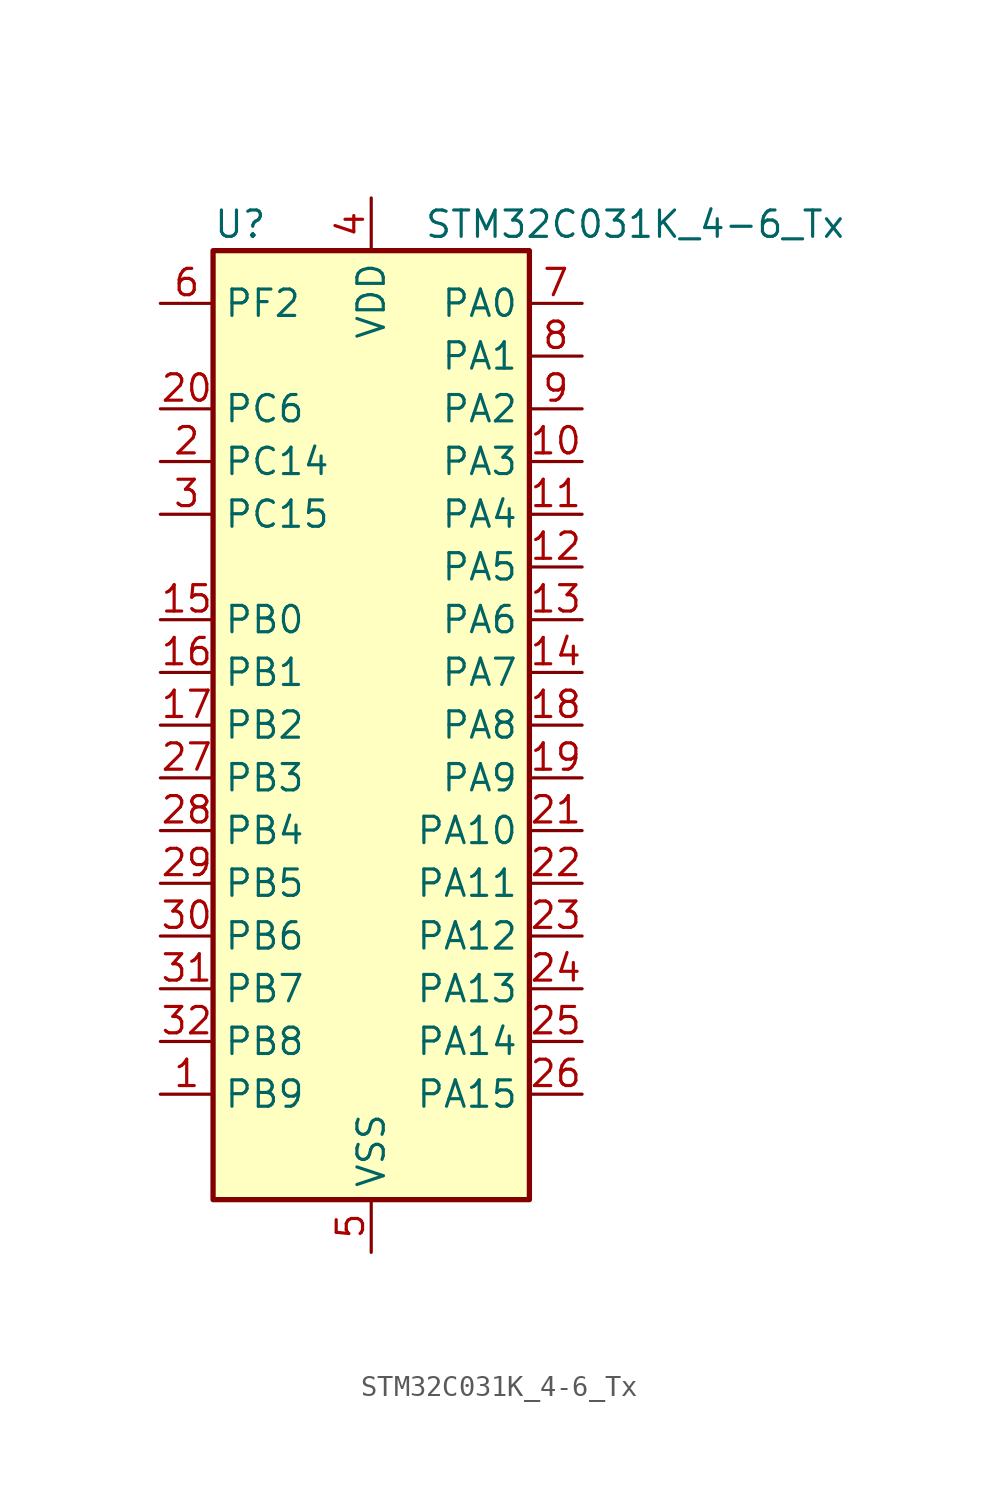
<source format=kicad_sym>
(kicad_symbol_lib
  (version 20231120)
  (generator "kicad_symbol_editor")
  (generator_version "8.0")
  (symbol "STM32C031K_4-6_Tx"
    (property "Reference" "U"
      (at -7.62 24.13 0)
      (effects (font (size 1.27 1.27)) (justify left)))
    (property "Value" "STM32C031K_4-6_Tx"
      (at 2.54 24.13 0)
      (effects (font (size 1.27 1.27)) (justify left)))
    (property "ki_locked" ""
      (at 0 0 0)
      (effects (font (size 1.27 1.27))))
    (symbol "STM32C031K_4-6_Tx_0_1"
      (rectangle (start -7.62 -22.86) (end 7.62 22.86) (stroke (width 0.254) (type default)) (fill (type background))))
    (symbol "STM32C031K_4-6_Tx_1_1"
      (pin bidirectional line (at -10.16 -17.78 0) (length 2.54) (name "PB9" (effects (font (size 1.27 1.27)))) (number "1" (effects (font (size 1.27 1.27)))) (alternate "I2C1_SDA" bidirectional line) (alternate "IR_OUT" bidirectional line) (alternate "TIM17_CH1" bidirectional line) (alternate "TIM3_CH2" bidirectional line) (alternate "USART2_CK" bidirectional line) (alternate "USART2_DE" bidirectional line) (alternate "USART2_RTS" bidirectional line))
      (pin bidirectional line (at 10.16 12.7 180) (length 2.54) (name "PA3" (effects (font (size 1.27 1.27)))) (number "10" (effects (font (size 1.27 1.27)))) (alternate "ADC1_IN3" bidirectional line) (alternate "TIM1_CH1N" bidirectional line) (alternate "TIM1_CH4" bidirectional line) (alternate "USART2_RX" bidirectional line))
      (pin bidirectional line (at 10.16 10.16 180) (length 2.54) (name "PA4" (effects (font (size 1.27 1.27)))) (number "11" (effects (font (size 1.27 1.27)))) (alternate "ADC1_IN4" bidirectional line) (alternate "I2S1_WS" bidirectional line) (alternate "PWR_WKUP2" bidirectional line) (alternate "RTC_OUT1" bidirectional line) (alternate "RTC_TS" bidirectional line) (alternate "SPI1_NSS" bidirectional line) (alternate "TIM14_CH1" bidirectional line) (alternate "TIM17_CH1N" bidirectional line) (alternate "TIM1_CH2N" bidirectional line) (alternate "USART2_TX" bidirectional line))
      (pin bidirectional line (at 10.16 7.62 180) (length 2.54) (name "PA5" (effects (font (size 1.27 1.27)))) (number "12" (effects (font (size 1.27 1.27)))) (alternate "ADC1_IN5" bidirectional line) (alternate "I2S1_CK" bidirectional line) (alternate "SPI1_SCK" bidirectional line) (alternate "TIM1_CH1" bidirectional line) (alternate "TIM1_CH3N" bidirectional line) (alternate "USART2_RX" bidirectional line))
      (pin bidirectional line (at 10.16 5.08 180) (length 2.54) (name "PA6" (effects (font (size 1.27 1.27)))) (number "13" (effects (font (size 1.27 1.27)))) (alternate "ADC1_IN6" bidirectional line) (alternate "I2S1_MCK" bidirectional line) (alternate "SPI1_MISO" bidirectional line) (alternate "TIM16_CH1" bidirectional line) (alternate "TIM1_BKIN" bidirectional line) (alternate "TIM3_CH1" bidirectional line))
      (pin bidirectional line (at 10.16 2.54 180) (length 2.54) (name "PA7" (effects (font (size 1.27 1.27)))) (number "14" (effects (font (size 1.27 1.27)))) (alternate "ADC1_IN7" bidirectional line) (alternate "I2S1_SD" bidirectional line) (alternate "SPI1_MOSI" bidirectional line) (alternate "TIM14_CH1" bidirectional line) (alternate "TIM17_CH1" bidirectional line) (alternate "TIM1_CH1N" bidirectional line) (alternate "TIM3_CH2" bidirectional line))
      (pin bidirectional line (at -10.16 5.08 0) (length 2.54) (name "PB0" (effects (font (size 1.27 1.27)))) (number "15" (effects (font (size 1.27 1.27)))) (alternate "ADC1_IN17" bidirectional line) (alternate "I2S1_WS" bidirectional line) (alternate "SPI1_NSS" bidirectional line) (alternate "TIM1_CH2N" bidirectional line) (alternate "TIM3_CH3" bidirectional line))
      (pin bidirectional line (at -10.16 2.54 0) (length 2.54) (name "PB1" (effects (font (size 1.27 1.27)))) (number "16" (effects (font (size 1.27 1.27)))) (alternate "ADC1_IN18" bidirectional line) (alternate "TIM14_CH1" bidirectional line) (alternate "TIM1_CH2N" bidirectional line) (alternate "TIM1_CH3N" bidirectional line) (alternate "TIM3_CH4" bidirectional line))
      (pin bidirectional line (at -10.16 0 0) (length 2.54) (name "PB2" (effects (font (size 1.27 1.27)))) (number "17" (effects (font (size 1.27 1.27)))) (alternate "ADC1_IN19" bidirectional line) (alternate "RCC_MCO_2" bidirectional line) (alternate "USART1_RX" bidirectional line))
      (pin bidirectional line (at 10.16 0 180) (length 2.54) (name "PA8" (effects (font (size 1.27 1.27)))) (number "18" (effects (font (size 1.27 1.27)))) (alternate "ADC1_IN8" bidirectional line) (alternate "I2S1_WS" bidirectional line) (alternate "RCC_MCO" bidirectional line) (alternate "RCC_MCO_2" bidirectional line) (alternate "SPI1_NSS" bidirectional line) (alternate "TIM14_CH1" bidirectional line) (alternate "TIM1_CH1" bidirectional line) (alternate "TIM1_CH2N" bidirectional line) (alternate "TIM1_CH3N" bidirectional line) (alternate "TIM3_CH3" bidirectional line) (alternate "TIM3_CH4" bidirectional line) (alternate "USART1_RX" bidirectional line) (alternate "USART2_TX" bidirectional line))
      (pin bidirectional line (at 10.16 -2.54 180) (length 2.54) (name "PA9" (effects (font (size 1.27 1.27)))) (number "19" (effects (font (size 1.27 1.27)))) (alternate "I2C1_SCL" bidirectional line) (alternate "RCC_MCO" bidirectional line) (alternate "TIM1_CH2" bidirectional line) (alternate "TIM3_ETR" bidirectional line) (alternate "USART1_TX" bidirectional line))
      (pin bidirectional line (at -10.16 12.7 0) (length 2.54) (name "PC14" (effects (font (size 1.27 1.27)))) (number "2" (effects (font (size 1.27 1.27)))) (alternate "I2C1_SDA" bidirectional line) (alternate "IR_OUT" bidirectional line) (alternate "RCC_OSCX_IN" bidirectional line) (alternate "TIM17_CH1" bidirectional line) (alternate "TIM1_BKIN2" bidirectional line) (alternate "TIM1_ETR" bidirectional line) (alternate "TIM3_CH2" bidirectional line) (alternate "USART1_TX" bidirectional line) (alternate "USART2_CK" bidirectional line) (alternate "USART2_DE" bidirectional line) (alternate "USART2_RTS" bidirectional line))
      (pin bidirectional line (at -10.16 15.24 0) (length 2.54) (name "PC6" (effects (font (size 1.27 1.27)))) (number "20" (effects (font (size 1.27 1.27)))) (alternate "TIM3_CH1" bidirectional line))
      (pin bidirectional line (at 10.16 -5.08 180) (length 2.54) (name "PA10" (effects (font (size 1.27 1.27)))) (number "21" (effects (font (size 1.27 1.27)))) (alternate "I2C1_SDA" bidirectional line) (alternate "RCC_MCO_2" bidirectional line) (alternate "TIM17_BKIN" bidirectional line) (alternate "TIM1_CH3" bidirectional line) (alternate "USART1_RX" bidirectional line))
      (pin bidirectional line (at 10.16 -7.62 180) (length 2.54) (name "PA11" (effects (font (size 1.27 1.27)))) (number "22" (effects (font (size 1.27 1.27)))) (alternate "ADC1_EXTI11" bidirectional line) (alternate "ADC1_IN11" bidirectional line) (alternate "I2S1_MCK" bidirectional line) (alternate "SPI1_MISO" bidirectional line) (alternate "TIM1_BKIN2" bidirectional line) (alternate "TIM1_CH4" bidirectional line) (alternate "USART1_CTS" bidirectional line) (alternate "USART1_NSS" bidirectional line))
      (pin bidirectional line (at 10.16 -10.16 180) (length 2.54) (name "PA12" (effects (font (size 1.27 1.27)))) (number "23" (effects (font (size 1.27 1.27)))) (alternate "ADC1_IN12" bidirectional line) (alternate "I2S1_SD" bidirectional line) (alternate "I2S_CKIN" bidirectional line) (alternate "SPI1_MOSI" bidirectional line) (alternate "TIM1_ETR" bidirectional line) (alternate "USART1_CK" bidirectional line) (alternate "USART1_DE" bidirectional line) (alternate "USART1_RTS" bidirectional line))
      (pin bidirectional line (at 10.16 -12.7 180) (length 2.54) (name "PA13" (effects (font (size 1.27 1.27)))) (number "24" (effects (font (size 1.27 1.27)))) (alternate "ADC1_IN13" bidirectional line) (alternate "DEBUG_SWDIO" bidirectional line) (alternate "IR_OUT" bidirectional line) (alternate "TIM3_ETR" bidirectional line) (alternate "USART2_RX" bidirectional line))
      (pin bidirectional line (at 10.16 -15.24 180) (length 2.54) (name "PA14" (effects (font (size 1.27 1.27)))) (number "25" (effects (font (size 1.27 1.27)))) (alternate "ADC1_IN14" bidirectional line) (alternate "DEBUG_SWCLK" bidirectional line) (alternate "I2S1_WS" bidirectional line) (alternate "RCC_MCO_2" bidirectional line) (alternate "SPI1_NSS" bidirectional line) (alternate "TIM1_CH1" bidirectional line) (alternate "USART1_CK" bidirectional line) (alternate "USART1_DE" bidirectional line) (alternate "USART1_RTS" bidirectional line) (alternate "USART2_RX" bidirectional line) (alternate "USART2_TX" bidirectional line))
      (pin bidirectional line (at 10.16 -17.78 180) (length 2.54) (name "PA15" (effects (font (size 1.27 1.27)))) (number "26" (effects (font (size 1.27 1.27)))) (alternate "I2S1_WS" bidirectional line) (alternate "RCC_MCO_2" bidirectional line) (alternate "SPI1_NSS" bidirectional line) (alternate "TIM1_CH1" bidirectional line) (alternate "USART1_CK" bidirectional line) (alternate "USART1_DE" bidirectional line) (alternate "USART1_RTS" bidirectional line) (alternate "USART2_RX" bidirectional line))
      (pin bidirectional line (at -10.16 -2.54 0) (length 2.54) (name "PB3" (effects (font (size 1.27 1.27)))) (number "27" (effects (font (size 1.27 1.27)))) (alternate "I2S1_CK" bidirectional line) (alternate "SPI1_SCK" bidirectional line) (alternate "TIM1_CH2" bidirectional line) (alternate "TIM3_CH2" bidirectional line) (alternate "USART1_CK" bidirectional line) (alternate "USART1_DE" bidirectional line) (alternate "USART1_RTS" bidirectional line))
      (pin bidirectional line (at -10.16 -5.08 0) (length 2.54) (name "PB4" (effects (font (size 1.27 1.27)))) (number "28" (effects (font (size 1.27 1.27)))) (alternate "I2S1_MCK" bidirectional line) (alternate "SPI1_MISO" bidirectional line) (alternate "TIM17_BKIN" bidirectional line) (alternate "TIM3_CH1" bidirectional line) (alternate "USART1_CTS" bidirectional line) (alternate "USART1_NSS" bidirectional line))
      (pin bidirectional line (at -10.16 -7.62 0) (length 2.54) (name "PB5" (effects (font (size 1.27 1.27)))) (number "29" (effects (font (size 1.27 1.27)))) (alternate "I2C1_SMBA" bidirectional line) (alternate "I2S1_SD" bidirectional line) (alternate "PWR_WKUP6" bidirectional line) (alternate "SPI1_MOSI" bidirectional line) (alternate "TIM16_BKIN" bidirectional line) (alternate "TIM3_CH2" bidirectional line) (alternate "TIM3_CH3" bidirectional line))
      (pin bidirectional line (at -10.16 10.16 0) (length 2.54) (name "PC15" (effects (font (size 1.27 1.27)))) (number "3" (effects (font (size 1.27 1.27)))) (alternate "RCC_OSC32_EN" bidirectional line) (alternate "RCC_OSCX_OUT" bidirectional line) (alternate "RCC_OSC_EN" bidirectional line) (alternate "TIM1_ETR" bidirectional line) (alternate "TIM3_CH3" bidirectional line))
      (pin bidirectional line (at -10.16 -10.16 0) (length 2.54) (name "PB6" (effects (font (size 1.27 1.27)))) (number "30" (effects (font (size 1.27 1.27)))) (alternate "I2C1_SCL" bidirectional line) (alternate "I2C1_SMBA" bidirectional line) (alternate "I2S1_CK" bidirectional line) (alternate "I2S1_MCK" bidirectional line) (alternate "I2S1_SD" bidirectional line) (alternate "PWR_WKUP3" bidirectional line) (alternate "SPI1_MISO" bidirectional line) (alternate "SPI1_MOSI" bidirectional line) (alternate "SPI1_SCK" bidirectional line) (alternate "TIM16_BKIN" bidirectional line) (alternate "TIM16_CH1N" bidirectional line) (alternate "TIM17_BKIN" bidirectional line) (alternate "TIM1_CH2" bidirectional line) (alternate "TIM1_CH3" bidirectional line) (alternate "TIM3_CH1" bidirectional line) (alternate "TIM3_CH2" bidirectional line) (alternate "TIM3_CH3" bidirectional line) (alternate "USART1_CK" bidirectional line) (alternate "USART1_CTS" bidirectional line) (alternate "USART1_DE" bidirectional line) (alternate "USART1_NSS" bidirectional line) (alternate "USART1_RTS" bidirectional line) (alternate "USART1_TX" bidirectional line))
      (pin bidirectional line (at -10.16 -12.7 0) (length 2.54) (name "PB7" (effects (font (size 1.27 1.27)))) (number "31" (effects (font (size 1.27 1.27)))) (alternate "I2C1_SCL" bidirectional line) (alternate "I2C1_SDA" bidirectional line) (alternate "RTC_REFIN" bidirectional line) (alternate "TIM16_CH1" bidirectional line) (alternate "TIM17_CH1N" bidirectional line) (alternate "TIM1_CH4" bidirectional line) (alternate "TIM3_CH1" bidirectional line) (alternate "TIM3_CH4" bidirectional line) (alternate "USART1_RX" bidirectional line) (alternate "USART2_CTS" bidirectional line) (alternate "USART2_NSS" bidirectional line))
      (pin bidirectional line (at -10.16 -15.24 0) (length 2.54) (name "PB8" (effects (font (size 1.27 1.27)))) (number "32" (effects (font (size 1.27 1.27)))) (alternate "I2C1_SCL" bidirectional line) (alternate "TIM16_CH1" bidirectional line) (alternate "TIM3_CH1" bidirectional line) (alternate "USART2_CTS" bidirectional line) (alternate "USART2_NSS" bidirectional line))
      (pin power_in line (at 0 25.4 270) (length 2.54) (name "VDD" (effects (font (size 1.27 1.27)))) (number "4" (effects (font (size 1.27 1.27)))))
      (pin power_in line (at 0 -25.4 90) (length 2.54) (name "VSS" (effects (font (size 1.27 1.27)))) (number "5" (effects (font (size 1.27 1.27)))))
      (pin bidirectional line (at -10.16 20.32 0) (length 2.54) (name "PF2" (effects (font (size 1.27 1.27)))) (number "6" (effects (font (size 1.27 1.27)))) (alternate "RCC_MCO" bidirectional line) (alternate "TIM1_CH4" bidirectional line))
      (pin bidirectional line (at 10.16 20.32 180) (length 2.54) (name "PA0" (effects (font (size 1.27 1.27)))) (number "7" (effects (font (size 1.27 1.27)))) (alternate "ADC1_IN0" bidirectional line) (alternate "PWR_WKUP1" bidirectional line) (alternate "TIM16_CH1" bidirectional line) (alternate "TIM1_CH1" bidirectional line) (alternate "USART1_TX" bidirectional line) (alternate "USART2_CTS" bidirectional line) (alternate "USART2_NSS" bidirectional line))
      (pin bidirectional line (at 10.16 17.78 180) (length 2.54) (name "PA1" (effects (font (size 1.27 1.27)))) (number "8" (effects (font (size 1.27 1.27)))) (alternate "ADC1_IN1" bidirectional line) (alternate "I2C1_SMBA" bidirectional line) (alternate "I2S1_CK" bidirectional line) (alternate "SPI1_SCK" bidirectional line) (alternate "TIM17_CH1" bidirectional line) (alternate "TIM1_CH2" bidirectional line) (alternate "USART1_RX" bidirectional line) (alternate "USART2_CK" bidirectional line) (alternate "USART2_DE" bidirectional line) (alternate "USART2_RTS" bidirectional line))
      (pin bidirectional line (at 10.16 15.24 180) (length 2.54) (name "PA2" (effects (font (size 1.27 1.27)))) (number "9" (effects (font (size 1.27 1.27)))) (alternate "ADC1_IN2" bidirectional line) (alternate "I2S1_SD" bidirectional line) (alternate "PWR_WKUP4" bidirectional line) (alternate "RCC_LSCO" bidirectional line) (alternate "SPI1_MOSI" bidirectional line) (alternate "TIM16_CH1N" bidirectional line) (alternate "TIM1_CH3" bidirectional line) (alternate "TIM3_ETR" bidirectional line) (alternate "USART2_TX" bidirectional line)))))
</source>
